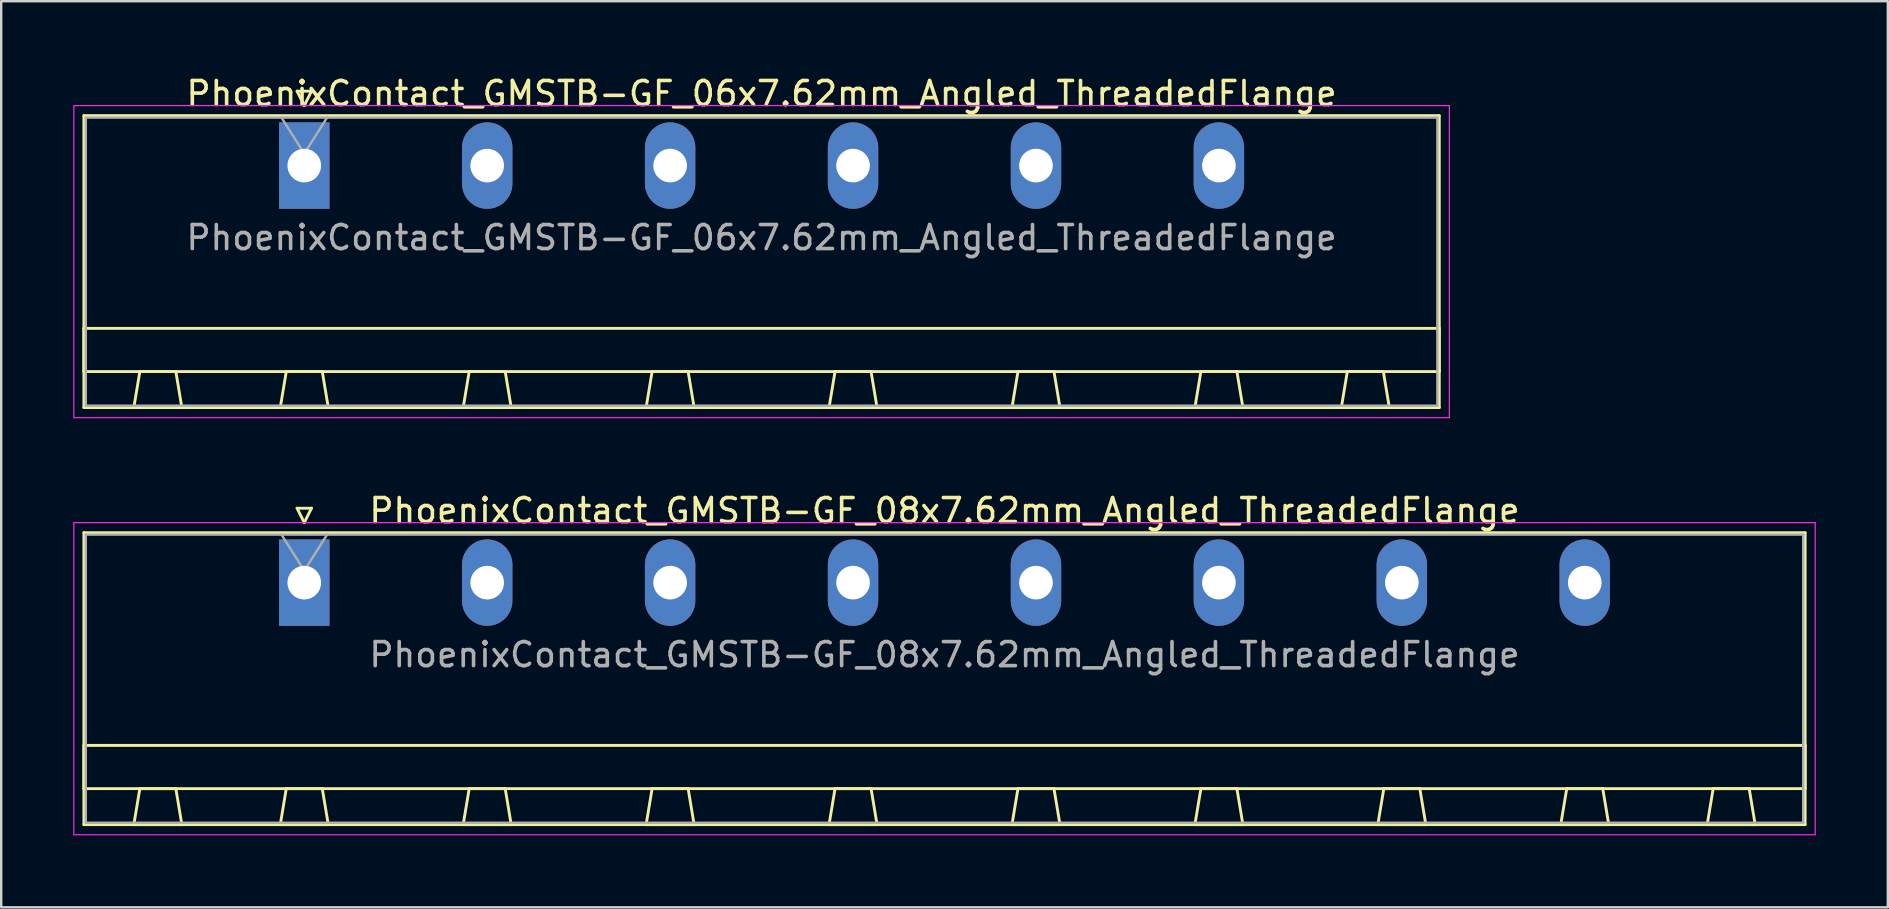
<source format=kicad_pcb>
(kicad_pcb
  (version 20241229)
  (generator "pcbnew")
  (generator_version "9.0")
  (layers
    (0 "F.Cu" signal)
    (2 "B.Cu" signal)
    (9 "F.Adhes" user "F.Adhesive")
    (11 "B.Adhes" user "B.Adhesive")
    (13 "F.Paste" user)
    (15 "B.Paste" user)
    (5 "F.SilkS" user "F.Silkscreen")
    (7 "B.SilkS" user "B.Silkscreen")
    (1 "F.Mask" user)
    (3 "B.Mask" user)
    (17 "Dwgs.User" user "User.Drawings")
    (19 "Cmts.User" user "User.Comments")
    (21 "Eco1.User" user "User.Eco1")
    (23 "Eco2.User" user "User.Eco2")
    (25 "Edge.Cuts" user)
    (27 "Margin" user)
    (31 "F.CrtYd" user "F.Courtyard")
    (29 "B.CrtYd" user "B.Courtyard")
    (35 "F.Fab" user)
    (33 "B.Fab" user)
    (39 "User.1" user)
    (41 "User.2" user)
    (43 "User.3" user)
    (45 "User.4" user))
  (footprint "PhoenixContact_GMSTB-GF_08x7.62mm_Angled_ThreadedFlange"
    (layer "F.Cu")
    (at 9.625 21.221)
    (property "Reference" "PhoenixContact_GMSTB-GF_08x7.62mm_Angled_ThreadedFlange" (at 26.67 -3 0) (layer "F.SilkS") (effects (font (size 1 1) (thickness 0.15))))
    (attr through_hole)
    (fp_line (start -9.18 -2.08) (end -9.18 10.08) (stroke (width 0.12) (type solid)) (layer "F.SilkS"))
    (fp_line (start -9.18 6.78) (end 62.52 6.78) (stroke (width 0.12) (type solid)) (layer "F.SilkS"))
    (fp_line (start -9.18 8.58) (end -9.18 6.78) (stroke (width 0.12) (type solid)) (layer "F.SilkS"))
    (fp_line (start -9.18 10.08) (end 62.52 10.08) (stroke (width 0.12) (type solid)) (layer "F.SilkS"))
    (fp_line (start -7.1 10.08) (end -5.1 10.08) (stroke (width 0.12) (type solid)) (layer "F.SilkS"))
    (fp_line (start -6.85 8.58) (end -7.1 10.08) (stroke (width 0.12) (type solid)) (layer "F.SilkS"))
    (fp_line (start -5.35 8.58) (end -6.85 8.58) (stroke (width 0.12) (type solid)) (layer "F.SilkS"))
    (fp_line (start -5.1 10.08) (end -5.35 8.58) (stroke (width 0.12) (type solid)) (layer "F.SilkS"))
    (fp_line (start -1 10.08) (end 1 10.08) (stroke (width 0.12) (type solid)) (layer "F.SilkS"))
    (fp_line (start -0.75 8.58) (end -1 10.08) (stroke (width 0.12) (type solid)) (layer "F.SilkS"))
    (fp_line (start -0.3 -3.1) (end 0.3 -3.1) (stroke (width 0.12) (type solid)) (layer "F.SilkS"))
    (fp_line (start 0 -2.5) (end -0.3 -3.1) (stroke (width 0.12) (type solid)) (layer "F.SilkS"))
    (fp_line (start 0.3 -3.1) (end 0 -2.5) (stroke (width 0.12) (type solid)) (layer "F.SilkS"))
    (fp_line (start 0.75 8.58) (end -0.75 8.58) (stroke (width 0.12) (type solid)) (layer "F.SilkS"))
    (fp_line (start 1 10.08) (end 0.75 8.58) (stroke (width 0.12) (type solid)) (layer "F.SilkS"))
    (fp_line (start 6.62 10.08) (end 8.62 10.08) (stroke (width 0.12) (type solid)) (layer "F.SilkS"))
    (fp_line (start 6.87 8.58) (end 6.62 10.08) (stroke (width 0.12) (type solid)) (layer "F.SilkS"))
    (fp_line (start 8.37 8.58) (end 6.87 8.58) (stroke (width 0.12) (type solid)) (layer "F.SilkS"))
    (fp_line (start 8.62 10.08) (end 8.37 8.58) (stroke (width 0.12) (type solid)) (layer "F.SilkS"))
    (fp_line (start 14.24 10.08) (end 16.24 10.08) (stroke (width 0.12) (type solid)) (layer "F.SilkS"))
    (fp_line (start 14.49 8.58) (end 14.24 10.08) (stroke (width 0.12) (type solid)) (layer "F.SilkS"))
    (fp_line (start 15.99 8.58) (end 14.49 8.58) (stroke (width 0.12) (type solid)) (layer "F.SilkS"))
    (fp_line (start 16.24 10.08) (end 15.99 8.58) (stroke (width 0.12) (type solid)) (layer "F.SilkS"))
    (fp_line (start 21.86 10.08) (end 23.86 10.08) (stroke (width 0.12) (type solid)) (layer "F.SilkS"))
    (fp_line (start 22.11 8.58) (end 21.86 10.08) (stroke (width 0.12) (type solid)) (layer "F.SilkS"))
    (fp_line (start 23.61 8.58) (end 22.11 8.58) (stroke (width 0.12) (type solid)) (layer "F.SilkS"))
    (fp_line (start 23.86 10.08) (end 23.61 8.58) (stroke (width 0.12) (type solid)) (layer "F.SilkS"))
    (fp_line (start 29.48 10.08) (end 31.48 10.08) (stroke (width 0.12) (type solid)) (layer "F.SilkS"))
    (fp_line (start 29.73 8.58) (end 29.48 10.08) (stroke (width 0.12) (type solid)) (layer "F.SilkS"))
    (fp_line (start 31.23 8.58) (end 29.73 8.58) (stroke (width 0.12) (type solid)) (layer "F.SilkS"))
    (fp_line (start 31.48 10.08) (end 31.23 8.58) (stroke (width 0.12) (type solid)) (layer "F.SilkS"))
    (fp_line (start 37.1 10.08) (end 39.1 10.08) (stroke (width 0.12) (type solid)) (layer "F.SilkS"))
    (fp_line (start 37.35 8.58) (end 37.1 10.08) (stroke (width 0.12) (type solid)) (layer "F.SilkS"))
    (fp_line (start 38.85 8.58) (end 37.35 8.58) (stroke (width 0.12) (type solid)) (layer "F.SilkS"))
    (fp_line (start 39.1 10.08) (end 38.85 8.58) (stroke (width 0.12) (type solid)) (layer "F.SilkS"))
    (fp_line (start 44.72 10.08) (end 46.72 10.08) (stroke (width 0.12) (type solid)) (layer "F.SilkS"))
    (fp_line (start 44.97 8.58) (end 44.72 10.08) (stroke (width 0.12) (type solid)) (layer "F.SilkS"))
    (fp_line (start 46.47 8.58) (end 44.97 8.58) (stroke (width 0.12) (type solid)) (layer "F.SilkS"))
    (fp_line (start 46.72 10.08) (end 46.47 8.58) (stroke (width 0.12) (type solid)) (layer "F.SilkS"))
    (fp_line (start 52.34 10.08) (end 54.34 10.08) (stroke (width 0.12) (type solid)) (layer "F.SilkS"))
    (fp_line (start 52.59 8.58) (end 52.34 10.08) (stroke (width 0.12) (type solid)) (layer "F.SilkS"))
    (fp_line (start 54.09 8.58) (end 52.59 8.58) (stroke (width 0.12) (type solid)) (layer "F.SilkS"))
    (fp_line (start 54.34 10.08) (end 54.09 8.58) (stroke (width 0.12) (type solid)) (layer "F.SilkS"))
    (fp_line (start 58.44 10.08) (end 60.44 10.08) (stroke (width 0.12) (type solid)) (layer "F.SilkS"))
    (fp_line (start 58.69 8.58) (end 58.44 10.08) (stroke (width 0.12) (type solid)) (layer "F.SilkS"))
    (fp_line (start 60.19 8.58) (end 58.69 8.58) (stroke (width 0.12) (type solid)) (layer "F.SilkS"))
    (fp_line (start 60.44 10.08) (end 60.19 8.58) (stroke (width 0.12) (type solid)) (layer "F.SilkS"))
    (fp_line (start 62.52 -2.08) (end -9.18 -2.08) (stroke (width 0.12) (type solid)) (layer "F.SilkS"))
    (fp_line (start 62.52 6.78) (end 62.52 8.58) (stroke (width 0.12) (type solid)) (layer "F.SilkS"))
    (fp_line (start 62.52 8.58) (end -9.18 8.58) (stroke (width 0.12) (type solid)) (layer "F.SilkS"))
    (fp_line (start 62.52 10.08) (end 62.52 -2.08) (stroke (width 0.12) (type solid)) (layer "F.SilkS"))
    (fp_line (start -9.6 -2.5) (end -9.6 10.5) (stroke (width 0.05) (type solid)) (layer "F.CrtYd"))
    (fp_line (start -9.6 10.5) (end 62.94 10.5) (stroke (width 0.05) (type solid)) (layer "F.CrtYd"))
    (fp_line (start 62.94 -2.5) (end -9.6 -2.5) (stroke (width 0.05) (type solid)) (layer "F.CrtYd"))
    (fp_line (start 62.94 10.5) (end 62.94 -2.5) (stroke (width 0.05) (type solid)) (layer "F.CrtYd"))
    (fp_line (start -9.1 -2) (end -9.1 10) (stroke (width 0.1) (type solid)) (layer "F.Fab"))
    (fp_line (start -9.1 10) (end 62.44 10) (stroke (width 0.1) (type solid)) (layer "F.Fab"))
    (fp_line (start 0 -0.5) (end -0.95 -2) (stroke (width 0.1) (type solid)) (layer "F.Fab"))
    (fp_line (start 0.95 -2) (end 0 -0.5) (stroke (width 0.1) (type solid)) (layer "F.Fab"))
    (fp_line (start 62.44 -2) (end -9.1 -2) (stroke (width 0.1) (type solid)) (layer "F.Fab"))
    (fp_line (start 62.44 10) (end 62.44 -2) (stroke (width 0.1) (type solid)) (layer "F.Fab"))
    (fp_text user "${REFERENCE}" (at 26.67 3 0) (layer "F.Fab") (effects (font (size 1 1) (thickness 0.15))))
    (pad "1" thru_hole rect (at 0 0) (size 2.1 3.6) (drill 1.4) (layers "*.Cu" "*.Mask"))
    (pad "2" thru_hole oval (at 7.62 0) (size 2.1 3.6) (drill 1.4) (layers "*.Cu" "*.Mask"))
    (pad "3" thru_hole oval (at 15.24 0) (size 2.1 3.6) (drill 1.4) (layers "*.Cu" "*.Mask"))
    (pad "4" thru_hole oval (at 22.86 0) (size 2.1 3.6) (drill 1.4) (layers "*.Cu" "*.Mask"))
    (pad "5" thru_hole oval (at 30.48 0) (size 2.1 3.6) (drill 1.4) (layers "*.Cu" "*.Mask"))
    (pad "6" thru_hole oval (at 38.1 0) (size 2.1 3.6) (drill 1.4) (layers "*.Cu" "*.Mask"))
    (pad "7" thru_hole oval (at 45.72 0) (size 2.1 3.6) (drill 1.4) (layers "*.Cu" "*.Mask"))
    (pad "8" thru_hole oval (at 53.34 0) (size 2.1 3.6) (drill 1.4) (layers "*.Cu" "*.Mask")))
  (footprint "PhoenixContact_GMSTB-GF_06x7.62mm_Angled_ThreadedFlange"
    (layer "F.Cu")
    (at 9.625 3.848)
    (property "Reference" "PhoenixContact_GMSTB-GF_06x7.62mm_Angled_ThreadedFlange" (at 19.05 -3 0) (layer "F.SilkS") (effects (font (size 1 1) (thickness 0.15))))
    (attr through_hole)
    (fp_line (start -9.18 -2.08) (end -9.18 10.08) (stroke (width 0.12) (type solid)) (layer "F.SilkS"))
    (fp_line (start -9.18 6.78) (end 47.28 6.78) (stroke (width 0.12) (type solid)) (layer "F.SilkS"))
    (fp_line (start -9.18 8.58) (end -9.18 6.78) (stroke (width 0.12) (type solid)) (layer "F.SilkS"))
    (fp_line (start -9.18 10.08) (end 47.28 10.08) (stroke (width 0.12) (type solid)) (layer "F.SilkS"))
    (fp_line (start -7.1 10.08) (end -5.1 10.08) (stroke (width 0.12) (type solid)) (layer "F.SilkS"))
    (fp_line (start -6.85 8.58) (end -7.1 10.08) (stroke (width 0.12) (type solid)) (layer "F.SilkS"))
    (fp_line (start -5.35 8.58) (end -6.85 8.58) (stroke (width 0.12) (type solid)) (layer "F.SilkS"))
    (fp_line (start -5.1 10.08) (end -5.35 8.58) (stroke (width 0.12) (type solid)) (layer "F.SilkS"))
    (fp_line (start -1 10.08) (end 1 10.08) (stroke (width 0.12) (type solid)) (layer "F.SilkS"))
    (fp_line (start -0.75 8.58) (end -1 10.08) (stroke (width 0.12) (type solid)) (layer "F.SilkS"))
    (fp_line (start -0.3 -3.1) (end 0.3 -3.1) (stroke (width 0.12) (type solid)) (layer "F.SilkS"))
    (fp_line (start 0 -2.5) (end -0.3 -3.1) (stroke (width 0.12) (type solid)) (layer "F.SilkS"))
    (fp_line (start 0.3 -3.1) (end 0 -2.5) (stroke (width 0.12) (type solid)) (layer "F.SilkS"))
    (fp_line (start 0.75 8.58) (end -0.75 8.58) (stroke (width 0.12) (type solid)) (layer "F.SilkS"))
    (fp_line (start 1 10.08) (end 0.75 8.58) (stroke (width 0.12) (type solid)) (layer "F.SilkS"))
    (fp_line (start 6.62 10.08) (end 8.62 10.08) (stroke (width 0.12) (type solid)) (layer "F.SilkS"))
    (fp_line (start 6.87 8.58) (end 6.62 10.08) (stroke (width 0.12) (type solid)) (layer "F.SilkS"))
    (fp_line (start 8.37 8.58) (end 6.87 8.58) (stroke (width 0.12) (type solid)) (layer "F.SilkS"))
    (fp_line (start 8.62 10.08) (end 8.37 8.58) (stroke (width 0.12) (type solid)) (layer "F.SilkS"))
    (fp_line (start 14.24 10.08) (end 16.24 10.08) (stroke (width 0.12) (type solid)) (layer "F.SilkS"))
    (fp_line (start 14.49 8.58) (end 14.24 10.08) (stroke (width 0.12) (type solid)) (layer "F.SilkS"))
    (fp_line (start 15.99 8.58) (end 14.49 8.58) (stroke (width 0.12) (type solid)) (layer "F.SilkS"))
    (fp_line (start 16.24 10.08) (end 15.99 8.58) (stroke (width 0.12) (type solid)) (layer "F.SilkS"))
    (fp_line (start 21.86 10.08) (end 23.86 10.08) (stroke (width 0.12) (type solid)) (layer "F.SilkS"))
    (fp_line (start 22.11 8.58) (end 21.86 10.08) (stroke (width 0.12) (type solid)) (layer "F.SilkS"))
    (fp_line (start 23.61 8.58) (end 22.11 8.58) (stroke (width 0.12) (type solid)) (layer "F.SilkS"))
    (fp_line (start 23.86 10.08) (end 23.61 8.58) (stroke (width 0.12) (type solid)) (layer "F.SilkS"))
    (fp_line (start 29.48 10.08) (end 31.48 10.08) (stroke (width 0.12) (type solid)) (layer "F.SilkS"))
    (fp_line (start 29.73 8.58) (end 29.48 10.08) (stroke (width 0.12) (type solid)) (layer "F.SilkS"))
    (fp_line (start 31.23 8.58) (end 29.73 8.58) (stroke (width 0.12) (type solid)) (layer "F.SilkS"))
    (fp_line (start 31.48 10.08) (end 31.23 8.58) (stroke (width 0.12) (type solid)) (layer "F.SilkS"))
    (fp_line (start 37.1 10.08) (end 39.1 10.08) (stroke (width 0.12) (type solid)) (layer "F.SilkS"))
    (fp_line (start 37.35 8.58) (end 37.1 10.08) (stroke (width 0.12) (type solid)) (layer "F.SilkS"))
    (fp_line (start 38.85 8.58) (end 37.35 8.58) (stroke (width 0.12) (type solid)) (layer "F.SilkS"))
    (fp_line (start 39.1 10.08) (end 38.85 8.58) (stroke (width 0.12) (type solid)) (layer "F.SilkS"))
    (fp_line (start 43.2 10.08) (end 45.2 10.08) (stroke (width 0.12) (type solid)) (layer "F.SilkS"))
    (fp_line (start 43.45 8.58) (end 43.2 10.08) (stroke (width 0.12) (type solid)) (layer "F.SilkS"))
    (fp_line (start 44.95 8.58) (end 43.45 8.58) (stroke (width 0.12) (type solid)) (layer "F.SilkS"))
    (fp_line (start 45.2 10.08) (end 44.95 8.58) (stroke (width 0.12) (type solid)) (layer "F.SilkS"))
    (fp_line (start 47.28 -2.08) (end -9.18 -2.08) (stroke (width 0.12) (type solid)) (layer "F.SilkS"))
    (fp_line (start 47.28 6.78) (end 47.28 8.58) (stroke (width 0.12) (type solid)) (layer "F.SilkS"))
    (fp_line (start 47.28 8.58) (end -9.18 8.58) (stroke (width 0.12) (type solid)) (layer "F.SilkS"))
    (fp_line (start 47.28 10.08) (end 47.28 -2.08) (stroke (width 0.12) (type solid)) (layer "F.SilkS"))
    (fp_line (start -9.6 -2.5) (end -9.6 10.5) (stroke (width 0.05) (type solid)) (layer "F.CrtYd"))
    (fp_line (start -9.6 10.5) (end 47.7 10.5) (stroke (width 0.05) (type solid)) (layer "F.CrtYd"))
    (fp_line (start 47.7 -2.5) (end -9.6 -2.5) (stroke (width 0.05) (type solid)) (layer "F.CrtYd"))
    (fp_line (start 47.7 10.5) (end 47.7 -2.5) (stroke (width 0.05) (type solid)) (layer "F.CrtYd"))
    (fp_line (start -9.1 -2) (end -9.1 10) (stroke (width 0.1) (type solid)) (layer "F.Fab"))
    (fp_line (start -9.1 10) (end 47.2 10) (stroke (width 0.1) (type solid)) (layer "F.Fab"))
    (fp_line (start 0 -0.5) (end -0.95 -2) (stroke (width 0.1) (type solid)) (layer "F.Fab"))
    (fp_line (start 0.95 -2) (end 0 -0.5) (stroke (width 0.1) (type solid)) (layer "F.Fab"))
    (fp_line (start 47.2 -2) (end -9.1 -2) (stroke (width 0.1) (type solid)) (layer "F.Fab"))
    (fp_line (start 47.2 10) (end 47.2 -2) (stroke (width 0.1) (type solid)) (layer "F.Fab"))
    (fp_text user "${REFERENCE}" (at 19.05 3 0) (layer "F.Fab") (effects (font (size 1 1) (thickness 0.15))))
    (pad "1" thru_hole rect (at 0 0) (size 2.1 3.6) (drill 1.4) (layers "*.Cu" "*.Mask"))
    (pad "2" thru_hole oval (at 7.62 0) (size 2.1 3.6) (drill 1.4) (layers "*.Cu" "*.Mask"))
    (pad "3" thru_hole oval (at 15.24 0) (size 2.1 3.6) (drill 1.4) (layers "*.Cu" "*.Mask"))
    (pad "4" thru_hole oval (at 22.86 0) (size 2.1 3.6) (drill 1.4) (layers "*.Cu" "*.Mask"))
    (pad "5" thru_hole oval (at 30.48 0) (size 2.1 3.6) (drill 1.4) (layers "*.Cu" "*.Mask"))
    (pad "6" thru_hole oval (at 38.1 0) (size 2.1 3.6) (drill 1.4) (layers "*.Cu" "*.Mask")))
  (gr_rect
    (start -3 -3)
    (end 75.59 34.746)
    (stroke (width 0.1) (type default))
    (fill no)
    (layer "Edge.Cuts")))
</source>
